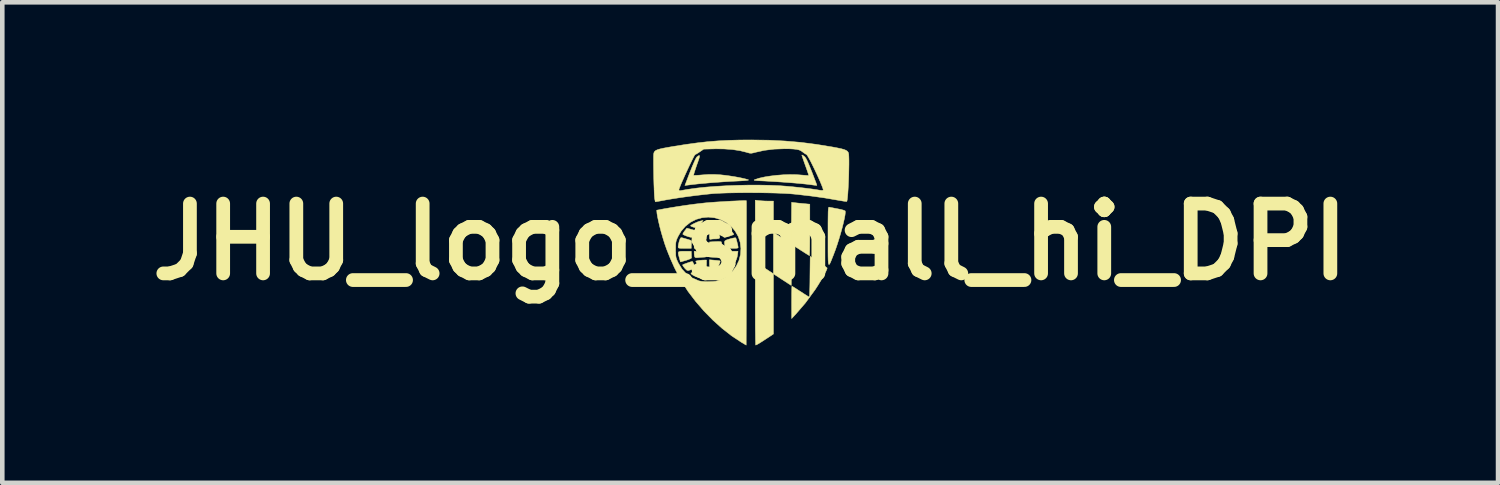
<source format=kicad_pcb>
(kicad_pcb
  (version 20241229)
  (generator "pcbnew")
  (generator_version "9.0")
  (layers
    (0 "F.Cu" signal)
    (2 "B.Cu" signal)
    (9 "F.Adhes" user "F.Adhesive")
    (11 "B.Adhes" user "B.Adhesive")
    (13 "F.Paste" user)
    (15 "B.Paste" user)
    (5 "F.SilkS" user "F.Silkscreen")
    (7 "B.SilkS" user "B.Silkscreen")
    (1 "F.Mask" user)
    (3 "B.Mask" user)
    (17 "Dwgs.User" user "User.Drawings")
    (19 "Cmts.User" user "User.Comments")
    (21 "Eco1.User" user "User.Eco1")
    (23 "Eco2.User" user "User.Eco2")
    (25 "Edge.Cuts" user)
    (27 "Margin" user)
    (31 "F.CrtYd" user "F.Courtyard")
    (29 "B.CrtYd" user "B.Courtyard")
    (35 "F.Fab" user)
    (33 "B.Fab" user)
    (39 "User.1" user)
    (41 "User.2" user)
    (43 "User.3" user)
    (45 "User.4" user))
  (footprint "JHU_logo_small_hi_DPI"
    (layer "F.Cu")
    (at 13.324 2.228)
    (property "Reference" "JHU_logo_small_hi_DPI" (at 0 0 0) (layer "F.SilkS") (effects (font (size 1.524 1.524) (thickness 0.3))))
    (attr through_hole)
    (fp_poly (pts (xy -1.076 -0.004) (xy -0.953 0.004) (xy -0.953 0.143) (xy -1.222 0.143) (xy -1.222 0.083) (xy -1.22 0.038) (xy -1.21 0.01) (xy -1.186 -0.004) (xy -1.142 -0.007) (xy -1.076 -0.004)) (stroke (width 0.01) (type solid)) (fill yes) (layer "F.SilkS"))
    (fp_poly (pts (xy -0.953 -0.286) (xy -1.016 -0.286) (xy -1.056 -0.288) (xy -1.077 -0.295) (xy -1.079 -0.298) (xy -1.069 -0.315) (xy -1.043 -0.348) (xy -1.015 -0.381) (xy -0.953 -0.452) (xy -0.953 -0.286)) (stroke (width 0.01) (type solid)) (fill yes) (layer "F.SilkS"))
    (fp_poly (pts (xy 0.194 -0.899) (xy 0.255 -0.894) (xy 0.33 -0.89) (xy 0.393 -0.889) (xy 0.508 -0.889) (xy 0.508 -0.208) (xy 0.31 -0.337) (xy 0.111 -0.466) (xy 0.111 -0.909) (xy 0.194 -0.899)) (stroke (width 0.01) (type solid)) (fill yes) (layer "F.SilkS"))
    (fp_poly (pts (xy -0.825 -0.381) (xy -0.791 -0.341) (xy -0.769 -0.31) (xy -0.762 -0.298) (xy -0.776 -0.29) (xy -0.811 -0.286) (xy -0.826 -0.286) (xy -0.889 -0.286) (xy -0.888 -0.369) (xy -0.888 -0.452) (xy -0.825 -0.381)) (stroke (width 0.01) (type solid)) (fill yes) (layer "F.SilkS"))
    (fp_poly (pts (xy -0.795 0.623) (xy -0.771 0.633) (xy -0.77 0.635) (xy -0.775 0.654) (xy -0.797 0.687) (xy -0.824 0.718) (xy -0.888 0.786) (xy -0.889 0.702) (xy -0.889 0.619) (xy -0.834 0.619) (xy -0.795 0.623)) (stroke (width 0.01) (type solid)) (fill yes) (layer "F.SilkS"))
    (fp_poly (pts (xy -0.66 -0.005) (xy -0.635 -0.002) (xy -0.633 -0.001) (xy -0.625 0.019) (xy -0.616 0.058) (xy -0.613 0.075) (xy -0.603 0.143) (xy -0.889 0.143) (xy -0.889 0.003) (xy -0.766 -0.004) (xy -0.706 -0.006) (xy -0.66 -0.005)) (stroke (width 0.01) (type solid)) (fill yes) (layer "F.SilkS"))
    (fp_poly (pts (xy -0.59 0.662) (xy -0.564 0.673) (xy -0.516 0.693) (xy -0.619 0.741) (xy -0.678 0.767) (xy -0.731 0.789) (xy -0.767 0.8) (xy -0.797 0.806) (xy -0.802 0.799) (xy -0.791 0.782) (xy -0.741 0.716) (xy -0.702 0.674) (xy -0.668 0.653) (xy -0.633 0.65) (xy -0.59 0.662)) (stroke (width 0.01) (type solid)) (fill yes) (layer "F.SilkS"))
    (fp_poly (pts (xy -0.97 0.621) (xy -0.957 0.633) (xy -0.953 0.662) (xy -0.953 0.699) (xy -0.954 0.744) (xy -0.957 0.773) (xy -0.959 0.778) (xy -0.972 0.767) (xy -0.999 0.738) (xy -1.023 0.711) (xy -1.056 0.667) (xy -1.063 0.639) (xy -1.044 0.624) (xy -0.996 0.619) (xy -0.996 0.619) (xy -0.97 0.621)) (stroke (width 0.01) (type solid)) (fill yes) (layer "F.SilkS"))
    (fp_poly (pts (xy -0.762 -0.455) (xy -0.716 -0.442) (xy -0.663 -0.422) (xy -0.611 -0.399) (xy -0.568 -0.376) (xy -0.543 -0.358) (xy -0.54 -0.352) (xy -0.553 -0.338) (xy -0.583 -0.326) (xy -0.625 -0.316) (xy -0.652 -0.309) (xy -0.678 -0.317) (xy -0.717 -0.35) (xy -0.747 -0.383) (xy -0.816 -0.466) (xy -0.762 -0.455)) (stroke (width 0.01) (type solid)) (fill yes) (layer "F.SilkS"))
    (fp_poly (pts (xy -1.089 -0.384) (xy -1.125 -0.339) (xy -1.151 -0.315) (xy -1.177 -0.307) (xy -1.212 -0.313) (xy -1.242 -0.321) (xy -1.28 -0.334) (xy -1.301 -0.347) (xy -1.302 -0.35) (xy -1.288 -0.364) (xy -1.253 -0.385) (xy -1.205 -0.409) (xy -1.153 -0.432) (xy -1.104 -0.449) (xy -1.081 -0.455) (xy -1.028 -0.465) (xy -1.089 -0.384)) (stroke (width 0.01) (type solid)) (fill yes) (layer "F.SilkS"))
    (fp_poly (pts (xy -0.953 0.27) (xy -0.955 0.311) (xy -0.965 0.329) (xy -0.989 0.333) (xy -0.996 0.334) (xy -1.038 0.336) (xy -1.094 0.34) (xy -1.121 0.343) (xy -1.17 0.347) (xy -1.197 0.343) (xy -1.211 0.329) (xy -1.212 0.326) (xy -1.22 0.29) (xy -1.222 0.253) (xy -1.222 0.206) (xy -0.953 0.206) (xy -0.953 0.27)) (stroke (width 0.01) (type solid)) (fill yes) (layer "F.SilkS"))
    (fp_poly (pts (xy -1.283 0.27) (xy -1.282 0.315) (xy -1.28 0.347) (xy -1.28 0.351) (xy -1.293 0.363) (xy -1.33 0.38) (xy -1.383 0.399) (xy -1.4 0.404) (xy -1.521 0.439) (xy -1.547 0.349) (xy -1.564 0.284) (xy -1.571 0.242) (xy -1.561 0.219) (xy -1.531 0.209) (xy -1.477 0.206) (xy -1.429 0.206) (xy -1.286 0.206) (xy -1.283 0.27)) (stroke (width 0.01) (type solid)) (fill yes) (layer "F.SilkS"))
    (fp_poly (pts (xy -0.676 0.207) (xy -0.634 0.21) (xy -0.613 0.215) (xy -0.608 0.225) (xy -0.609 0.231) (xy -0.617 0.266) (xy -0.619 0.303) (xy -0.619 0.323) (xy -0.622 0.337) (xy -0.634 0.344) (xy -0.66 0.346) (xy -0.706 0.344) (xy -0.775 0.34) (xy -0.806 0.338) (xy -0.889 0.332) (xy -0.889 0.206) (xy -0.744 0.206) (xy -0.676 0.207)) (stroke (width 0.01) (type solid)) (fill yes) (layer "F.SilkS"))
    (fp_poly (pts (xy -0.953 0.476) (xy -0.955 0.525) (xy -0.962 0.549) (xy -0.978 0.556) (xy -0.98 0.556) (xy -1.015 0.558) (xy -1.061 0.565) (xy -1.065 0.565) (xy -1.099 0.569) (xy -1.12 0.562) (xy -1.137 0.538) (xy -1.155 0.498) (xy -1.189 0.421) (xy -1.146 0.411) (xy -1.103 0.404) (xy -1.048 0.4) (xy -1.028 0.399) (xy -0.953 0.397) (xy -0.953 0.476)) (stroke (width 0.01) (type solid)) (fill yes) (layer "F.SilkS"))
    (fp_poly (pts (xy -0.776 0.402) (xy -0.719 0.407) (xy -0.677 0.413) (xy -0.656 0.418) (xy -0.656 0.419) (xy -0.657 0.436) (xy -0.669 0.472) (xy -0.68 0.499) (xy -0.698 0.537) (xy -0.716 0.559) (xy -0.741 0.568) (xy -0.783 0.566) (xy -0.837 0.56) (xy -0.868 0.555) (xy -0.883 0.542) (xy -0.888 0.514) (xy -0.889 0.473) (xy -0.889 0.392) (xy -0.776 0.402)) (stroke (width 0.01) (type solid)) (fill yes) (layer "F.SilkS"))
    (fp_poly (pts (xy -0.402 0.206) (xy -0.266 0.206) (xy -0.274 0.274) (xy -0.284 0.33) (xy -0.3 0.382) (xy -0.304 0.39) (xy -0.325 0.439) (xy -0.446 0.401) (xy -0.506 0.381) (xy -0.541 0.367) (xy -0.558 0.353) (xy -0.562 0.335) (xy -0.56 0.32) (xy -0.552 0.266) (xy -0.543 0.232) (xy -0.526 0.215) (xy -0.494 0.207) (xy -0.441 0.206) (xy -0.402 0.206)) (stroke (width 0.01) (type solid)) (fill yes) (layer "F.SilkS"))
    (fp_poly (pts (xy -1.29 -0.273) (xy -1.241 -0.259) (xy -1.206 -0.249) (xy -1.194 -0.246) (xy -1.198 -0.231) (xy -1.211 -0.197) (xy -1.223 -0.169) (xy -1.244 -0.126) (xy -1.267 -0.104) (xy -1.298 -0.099) (xy -1.345 -0.111) (xy -1.384 -0.124) (xy -1.429 -0.142) (xy -1.461 -0.157) (xy -1.469 -0.162) (xy -1.467 -0.18) (xy -1.448 -0.212) (xy -1.431 -0.235) (xy -1.382 -0.298) (xy -1.29 -0.273)) (stroke (width 0.01) (type solid)) (fill yes) (layer "F.SilkS"))
    (fp_poly (pts (xy -0.473 0.458) (xy -0.415 0.475) (xy -0.38 0.487) (xy -0.362 0.496) (xy -0.358 0.505) (xy -0.363 0.515) (xy -0.367 0.521) (xy -0.399 0.56) (xy -0.433 0.597) (xy -0.461 0.624) (xy -0.475 0.633) (xy -0.494 0.628) (xy -0.534 0.617) (xy -0.565 0.608) (xy -0.647 0.584) (xy -0.614 0.506) (xy -0.589 0.456) (xy -0.567 0.436) (xy -0.556 0.435) (xy -0.473 0.458)) (stroke (width 0.01) (type solid)) (fill yes) (layer "F.SilkS"))
    (fp_poly (pts (xy -1.153 0.66) (xy -1.128 0.679) (xy -1.094 0.716) (xy -1.083 0.729) (xy -1.05 0.769) (xy -1.03 0.798) (xy -1.027 0.809) (xy -1.027 0.809) (xy -1.048 0.804) (xy -1.089 0.792) (xy -1.127 0.78) (xy -1.193 0.756) (xy -1.246 0.73) (xy -1.281 0.706) (xy -1.293 0.687) (xy -1.291 0.681) (xy -1.268 0.671) (xy -1.227 0.661) (xy -1.214 0.659) (xy -1.179 0.655) (xy -1.153 0.66)) (stroke (width 0.01) (type solid)) (fill yes) (layer "F.SilkS"))
    (fp_poly (pts (xy -1.1 -0.231) (xy -1.07 -0.225) (xy -1.024 -0.222) (xy -1.015 -0.222) (xy -0.953 -0.222) (xy -0.953 -0.135) (xy -0.954 -0.088) (xy -0.959 -0.057) (xy -0.964 -0.05) (xy -0.985 -0.053) (xy -1.028 -0.058) (xy -1.076 -0.063) (xy -1.128 -0.07) (xy -1.167 -0.077) (xy -1.182 -0.081) (xy -1.18 -0.098) (xy -1.167 -0.134) (xy -1.155 -0.164) (xy -1.13 -0.212) (xy -1.108 -0.232) (xy -1.1 -0.231)) (stroke (width 0.01) (type solid)) (fill yes) (layer "F.SilkS"))
    (fp_poly (pts (xy -0.72 -0.229) (xy -0.7 -0.203) (xy -0.682 -0.166) (xy -0.664 -0.116) (xy -0.665 -0.085) (xy -0.687 -0.07) (xy -0.737 -0.064) (xy -0.765 -0.064) (xy -0.815 -0.062) (xy -0.854 -0.057) (xy -0.864 -0.054) (xy -0.878 -0.053) (xy -0.886 -0.069) (xy -0.889 -0.108) (xy -0.889 -0.133) (xy -0.889 -0.222) (xy -0.827 -0.222) (xy -0.78 -0.225) (xy -0.744 -0.23) (xy -0.74 -0.232) (xy -0.72 -0.229)) (stroke (width 0.01) (type solid)) (fill yes) (layer "F.SilkS"))
    (fp_poly (pts (xy -0.409 -0.236) (xy -0.38 -0.198) (xy -0.361 -0.17) (xy -0.357 -0.162) (xy -0.371 -0.154) (xy -0.406 -0.14) (xy -0.452 -0.124) (xy -0.501 -0.11) (xy -0.542 -0.099) (xy -0.564 -0.095) (xy -0.58 -0.108) (xy -0.603 -0.142) (xy -0.616 -0.167) (xy -0.639 -0.215) (xy -0.648 -0.241) (xy -0.644 -0.252) (xy -0.628 -0.254) (xy -0.621 -0.254) (xy -0.588 -0.259) (xy -0.541 -0.272) (xy -0.526 -0.277) (xy -0.461 -0.3) (xy -0.409 -0.236)) (stroke (width 0.01) (type solid)) (fill yes) (layer "F.SilkS"))
    (fp_poly (pts (xy -1.495 -0.091) (xy -1.466 -0.083) (xy -1.418 -0.069) (xy -1.368 -0.055) (xy -1.314 -0.038) (xy -1.285 -0.024) (xy -1.275 -0.01) (xy -1.277 0.007) (xy -1.283 0.047) (xy -1.286 0.091) (xy -1.286 0.143) (xy -1.429 0.143) (xy -1.496 0.142) (xy -1.538 0.14) (xy -1.561 0.135) (xy -1.57 0.124) (xy -1.572 0.107) (xy -1.572 0.106) (xy -1.567 0.07) (xy -1.556 0.018) (xy -1.547 -0.015) (xy -1.53 -0.064) (xy -1.514 -0.088) (xy -1.496 -0.091) (xy -1.495 -0.091)) (stroke (width 0.01) (type solid)) (fill yes) (layer "F.SilkS"))
    (fp_poly (pts (xy -0.318 -0.088) (xy -0.306 -0.066) (xy -0.291 -0.012) (xy -0.271 0.072) (xy -0.263 0.115) (xy -0.263 0.128) (xy -0.275 0.137) (xy -0.304 0.141) (xy -0.355 0.143) (xy -0.398 0.143) (xy -0.465 0.142) (xy -0.508 0.14) (xy -0.531 0.134) (xy -0.542 0.122) (xy -0.547 0.107) (xy -0.559 0.043) (xy -0.561 0.002) (xy -0.548 -0.023) (xy -0.515 -0.041) (xy -0.458 -0.059) (xy -0.448 -0.062) (xy -0.391 -0.077) (xy -0.345 -0.086) (xy -0.32 -0.088) (xy -0.318 -0.088)) (stroke (width 0.01) (type solid)) (fill yes) (layer "F.SilkS"))
    (fp_poly (pts (xy -1.253 0.441) (xy -1.237 0.473) (xy -1.218 0.513) (xy -1.201 0.55) (xy -1.192 0.576) (xy -1.191 0.58) (xy -1.204 0.585) (xy -1.239 0.596) (xy -1.26 0.601) (xy -1.308 0.614) (xy -1.345 0.625) (xy -1.353 0.628) (xy -1.38 0.622) (xy -1.416 0.589) (xy -1.427 0.577) (xy -1.456 0.54) (xy -1.474 0.512) (xy -1.476 0.505) (xy -1.463 0.496) (xy -1.428 0.482) (xy -1.381 0.465) (xy -1.332 0.448) (xy -1.29 0.435) (xy -1.263 0.429) (xy -1.261 0.429) (xy -1.253 0.441)) (stroke (width 0.01) (type solid)) (fill yes) (layer "F.SilkS"))
    (fp_poly (pts (xy 0.131 0.455) (xy 0.151 0.467) (xy 0.192 0.494) (xy 0.249 0.53) (xy 0.315 0.573) (xy 0.329 0.582) (xy 0.508 0.698) (xy 0.508 2.012) (xy 0.377 2.099) (xy 0.278 2.164) (xy 0.202 2.212) (xy 0.15 2.242) (xy 0.123 2.254) (xy 0.121 2.254) (xy 0.119 2.239) (xy 0.118 2.195) (xy 0.116 2.124) (xy 0.115 2.03) (xy 0.113 1.916) (xy 0.112 1.784) (xy 0.112 1.637) (xy 0.111 1.478) (xy 0.111 1.348) (xy 0.111 1.15) (xy 0.112 0.98) (xy 0.112 0.839) (xy 0.114 0.723) (xy 0.115 0.631) (xy 0.117 0.56) (xy 0.12 0.51) (xy 0.123 0.476) (xy 0.126 0.459) (xy 0.131 0.454) (xy 0.131 0.455)) (stroke (width 0.01) (type solid)) (fill yes) (layer "F.SilkS"))
    (fp_poly (pts (xy 0.988 -0.852) (xy 1.049 -0.845) (xy 1.124 -0.838) (xy 1.187 -0.832) (xy 1.302 -0.821) (xy 1.302 -0.26) (xy 1.302 -0.13) (xy 1.301 -0.01) (xy 1.3 0.095) (xy 1.299 0.182) (xy 1.297 0.248) (xy 1.296 0.289) (xy 1.294 0.302) (xy 1.279 0.293) (xy 1.242 0.271) (xy 1.188 0.237) (xy 1.124 0.196) (xy 1.103 0.183) (xy 1.036 0.139) (xy 0.979 0.103) (xy 0.936 0.077) (xy 0.914 0.064) (xy 0.912 0.064) (xy 0.91 0.079) (xy 0.908 0.122) (xy 0.906 0.188) (xy 0.904 0.275) (xy 0.903 0.377) (xy 0.901 0.49) (xy 0.901 0.508) (xy 0.897 0.953) (xy 0.702 0.826) (xy 0.508 0.7) (xy 0.508 -0.206) (xy 0.702 -0.08) (xy 0.897 0.046) (xy 0.901 -0.408) (xy 0.905 -0.862) (xy 0.988 -0.852)) (stroke (width 0.01) (type solid)) (fill yes) (layer "F.SilkS"))
    (fp_poly (pts (xy 1.492 0.438) (xy 1.559 0.482) (xy 1.616 0.521) (xy 1.657 0.552) (xy 1.679 0.57) (xy 1.68 0.572) (xy 1.675 0.595) (xy 1.656 0.639) (xy 1.625 0.701) (xy 1.584 0.775) (xy 1.536 0.857) (xy 1.484 0.942) (xy 1.43 1.026) (xy 1.421 1.04) (xy 1.206 1.334) (xy 1.001 1.572) (xy 0.906 1.675) (xy 0.905 1.322) (xy 0.906 1.22) (xy 0.906 1.129) (xy 0.908 1.055) (xy 0.909 1.001) (xy 0.911 0.972) (xy 0.912 0.968) (xy 0.928 0.977) (xy 0.964 0.999) (xy 1.017 1.033) (xy 1.081 1.075) (xy 1.101 1.087) (xy 1.168 1.131) (xy 1.225 1.167) (xy 1.267 1.193) (xy 1.29 1.206) (xy 1.292 1.206) (xy 1.294 1.191) (xy 1.297 1.148) (xy 1.299 1.082) (xy 1.302 0.995) (xy 1.304 0.893) (xy 1.305 0.78) (xy 1.305 0.763) (xy 1.31 0.319) (xy 1.492 0.438)) (stroke (width 0.01) (type solid)) (fill yes) (layer "F.SilkS"))
    (fp_poly (pts (xy 1.726 -0.756) (xy 1.753 -0.75) (xy 1.803 -0.741) (xy 1.868 -0.728) (xy 1.911 -0.72) (xy 1.981 -0.706) (xy 2.036 -0.691) (xy 2.069 -0.677) (xy 2.075 -0.672) (xy 2.077 -0.639) (xy 2.07 -0.58) (xy 2.055 -0.501) (xy 2.033 -0.405) (xy 2.006 -0.298) (xy 1.974 -0.182) (xy 1.939 -0.064) (xy 1.902 0.052) (xy 1.865 0.162) (xy 1.827 0.262) (xy 1.825 0.269) (xy 1.794 0.346) (xy 1.769 0.409) (xy 1.749 0.456) (xy 1.733 0.486) (xy 1.721 0.497) (xy 1.712 0.487) (xy 1.706 0.455) (xy 1.702 0.399) (xy 1.7 0.318) (xy 1.699 0.21) (xy 1.699 0.074) (xy 1.699 -0.093) (xy 1.699 -0.108) (xy 1.699 -0.27) (xy 1.699 -0.403) (xy 1.7 -0.509) (xy 1.701 -0.592) (xy 1.702 -0.655) (xy 1.705 -0.7) (xy 1.708 -0.729) (xy 1.712 -0.747) (xy 1.717 -0.755) (xy 1.723 -0.757) (xy 1.726 -0.756)) (stroke (width 0.01) (type solid)) (fill yes) (layer "F.SilkS"))
    (fp_poly (pts (xy -1.105 -1.878) (xy -1.107 -1.852) (xy -1.121 -1.804) (xy -1.146 -1.731) (xy -1.164 -1.682) (xy -1.191 -1.603) (xy -1.213 -1.536) (xy -1.228 -1.485) (xy -1.235 -1.456) (xy -1.235 -1.452) (xy -1.217 -1.45) (xy -1.174 -1.451) (xy -1.112 -1.455) (xy -1.038 -1.461) (xy -1.036 -1.461) (xy -0.905 -1.47) (xy -0.778 -1.47) (xy -0.638 -1.462) (xy -0.633 -1.461) (xy -0.549 -1.452) (xy -0.454 -1.439) (xy -0.356 -1.424) (xy -0.26 -1.407) (xy -0.173 -1.389) (xy -0.101 -1.372) (xy -0.05 -1.357) (xy -0.034 -1.35) (xy -0.041 -1.346) (xy -0.076 -1.34) (xy -0.133 -1.335) (xy -0.207 -1.33) (xy -0.264 -1.327) (xy -0.398 -1.321) (xy -0.546 -1.312) (xy -0.7 -1.301) (xy -0.854 -1.29) (xy -0.999 -1.277) (xy -1.13 -1.265) (xy -1.239 -1.253) (xy -1.272 -1.249) (xy -1.425 -1.23) (xy -1.388 -1.325) (xy -1.326 -1.489) (xy -1.273 -1.622) (xy -1.229 -1.725) (xy -1.196 -1.798) (xy -1.172 -1.841) (xy -1.163 -1.852) (xy -1.133 -1.875) (xy -1.113 -1.884) (xy -1.105 -1.878)) (stroke (width 0.01) (type solid)) (fill yes) (layer "F.SilkS"))
    (fp_poly (pts (xy 1.138 -1.894) (xy 1.165 -1.877) (xy 1.177 -1.868) (xy 1.197 -1.849) (xy 1.217 -1.821) (xy 1.239 -1.78) (xy 1.266 -1.722) (xy 1.299 -1.643) (xy 1.341 -1.538) (xy 1.344 -1.531) (xy 1.379 -1.44) (xy 1.409 -1.361) (xy 1.434 -1.297) (xy 1.45 -1.252) (xy 1.456 -1.231) (xy 1.456 -1.231) (xy 1.44 -1.232) (xy 1.4 -1.236) (xy 1.342 -1.244) (xy 1.31 -1.248) (xy 1.224 -1.259) (xy 1.113 -1.27) (xy 0.984 -1.282) (xy 0.842 -1.293) (xy 0.694 -1.304) (xy 0.548 -1.314) (xy 0.408 -1.322) (xy 0.302 -1.328) (xy 0.209 -1.332) (xy 0.145 -1.336) (xy 0.106 -1.34) (xy 0.088 -1.344) (xy 0.087 -1.35) (xy 0.101 -1.357) (xy 0.105 -1.359) (xy 0.193 -1.388) (xy 0.306 -1.414) (xy 0.436 -1.435) (xy 0.578 -1.452) (xy 0.723 -1.463) (xy 0.866 -1.468) (xy 0.999 -1.466) (xy 1.077 -1.461) (xy 1.152 -1.455) (xy 1.215 -1.45) (xy 1.259 -1.447) (xy 1.278 -1.448) (xy 1.278 -1.448) (xy 1.275 -1.463) (xy 1.262 -1.504) (xy 1.242 -1.563) (xy 1.216 -1.635) (xy 1.205 -1.666) (xy 1.177 -1.744) (xy 1.154 -1.811) (xy 1.137 -1.861) (xy 1.128 -1.89) (xy 1.127 -1.894) (xy 1.138 -1.894)) (stroke (width 0.01) (type solid)) (fill yes) (layer "F.SilkS"))
    (fp_poly (pts (xy -0.084 -0.898) (xy -0.083 -0.898) (xy -0.083 -0.882) (xy -0.082 -0.836) (xy -0.082 -0.763) (xy -0.082 -0.665) (xy -0.082 -0.543) (xy -0.082 -0.4) (xy -0.082 -0.239) (xy -0.082 -0.06) (xy -0.082 0.133) (xy -0.082 0.338) (xy -0.083 0.554) (xy -0.083 0.681) (xy -0.087 2.255) (xy -0.198 2.189) (xy -0.404 2.053) (xy -0.611 1.891) (xy -0.815 1.708) (xy -1.01 1.509) (xy -1.191 1.299) (xy -1.354 1.085) (xy -1.474 0.901) (xy -1.565 0.74) (xy -1.656 0.558) (xy -1.741 0.367) (xy -1.817 0.178) (xy -1.822 0.166) (xy -1.627 0.166) (xy -1.627 0.244) (xy -1.624 0.301) (xy -1.617 0.345) (xy -1.604 0.386) (xy -1.582 0.435) (xy -1.568 0.465) (xy -1.489 0.595) (xy -1.389 0.703) (xy -1.265 0.788) (xy -1.119 0.852) (xy -1.119 0.852) (xy -1.061 0.863) (xy -0.976 0.869) (xy -0.889 0.868) (xy -0.81 0.865) (xy -0.753 0.86) (xy -0.707 0.85) (xy -0.661 0.833) (xy -0.611 0.81) (xy -0.486 0.734) (xy -0.383 0.639) (xy -0.302 0.528) (xy -0.244 0.407) (xy -0.211 0.277) (xy -0.202 0.145) (xy -0.218 0.012) (xy -0.26 -0.116) (xy -0.329 -0.236) (xy -0.403 -0.323) (xy -0.519 -0.418) (xy -0.646 -0.485) (xy -0.779 -0.525) (xy -0.915 -0.539) (xy -1.05 -0.526) (xy -1.181 -0.489) (xy -1.303 -0.427) (xy -1.413 -0.341) (xy -1.508 -0.231) (xy -1.568 -0.129) (xy -1.594 -0.075) (xy -1.611 -0.033) (xy -1.621 0.008) (xy -1.626 0.056) (xy -1.627 0.121) (xy -1.627 0.166) (xy -1.822 0.166) (xy -1.865 0.044) (xy -1.903 -0.078) (xy -1.94 -0.205) (xy -1.973 -0.329) (xy -2 -0.444) (xy -2.021 -0.543) (xy -2.034 -0.62) (xy -2.035 -0.635) (xy -2.04 -0.69) (xy -1.897 -0.717) (xy -1.746 -0.743) (xy -1.575 -0.771) (xy -1.395 -0.798) (xy -1.218 -0.822) (xy -1.055 -0.841) (xy -0.984 -0.849) (xy -0.915 -0.855) (xy -0.83 -0.862) (xy -0.732 -0.869) (xy -0.627 -0.875) (xy -0.519 -0.882) (xy -0.413 -0.888) (xy -0.314 -0.892) (xy -0.227 -0.896) (xy -0.157 -0.899) (xy -0.108 -0.899) (xy -0.084 -0.898)) (stroke (width 0.01) (type solid)) (fill yes) (layer "F.SilkS"))
    (fp_poly (pts (xy 0.406 -2.218) (xy 0.76 -2.2) (xy 1.103 -2.171) (xy 1.444 -2.127) (xy 1.794 -2.07) (xy 1.794 -2.07) (xy 1.906 -2.049) (xy 1.99 -2.031) (xy 2.051 -2.014) (xy 2.094 -1.996) (xy 2.122 -1.977) (xy 2.139 -1.954) (xy 2.145 -1.941) (xy 2.151 -1.911) (xy 2.154 -1.854) (xy 2.156 -1.777) (xy 2.156 -1.683) (xy 2.154 -1.578) (xy 2.152 -1.465) (xy 2.148 -1.351) (xy 2.143 -1.239) (xy 2.137 -1.135) (xy 2.131 -1.042) (xy 2.124 -0.966) (xy 2.117 -0.911) (xy 2.11 -0.883) (xy 2.108 -0.881) (xy 2.091 -0.881) (xy 2.049 -0.886) (xy 1.987 -0.896) (xy 1.912 -0.909) (xy 1.894 -0.912) (xy 1.626 -0.958) (xy 1.333 -0.999) (xy 1.022 -1.035) (xy 0.953 -1.042) (xy 0.847 -1.051) (xy 0.716 -1.058) (xy 0.564 -1.064) (xy 0.396 -1.068) (xy 0.218 -1.071) (xy 0.036 -1.072) (xy -0.146 -1.072) (xy -0.321 -1.07) (xy -0.485 -1.067) (xy -0.632 -1.062) (xy -0.756 -1.056) (xy -0.826 -1.051) (xy -0.989 -1.034) (xy -1.17 -1.013) (xy -1.357 -0.989) (xy -1.542 -0.963) (xy -1.713 -0.936) (xy -1.848 -0.913) (xy -1.927 -0.898) (xy -1.993 -0.886) (xy -2.042 -0.878) (xy -2.067 -0.873) (xy -2.069 -0.873) (xy -2.074 -0.887) (xy -2.081 -0.924) (xy -2.086 -0.956) (xy -2.09 -1.003) (xy -2.094 -1.074) (xy -2.096 -1.137) (xy -1.556 -1.137) (xy -1.549 -1.116) (xy -1.522 -1.116) (xy -1.52 -1.117) (xy -1.489 -1.123) (xy -1.436 -1.132) (xy -1.369 -1.144) (xy -1.333 -1.149) (xy -1.16 -1.173) (xy -0.961 -1.194) (xy -0.742 -1.211) (xy -0.511 -1.224) (xy -0.273 -1.233) (xy -0.033 -1.238) (xy 0.2 -1.238) (xy 0.423 -1.234) (xy 0.627 -1.225) (xy 0.651 -1.224) (xy 0.785 -1.214) (xy 0.928 -1.201) (xy 1.073 -1.186) (xy 1.212 -1.17) (xy 1.339 -1.154) (xy 1.446 -1.138) (xy 1.5 -1.129) (xy 1.552 -1.122) (xy 1.587 -1.124) (xy 1.594 -1.128) (xy 1.593 -1.146) (xy 1.579 -1.189) (xy 1.555 -1.25) (xy 1.523 -1.326) (xy 1.485 -1.412) (xy 1.443 -1.503) (xy 1.4 -1.595) (xy 1.357 -1.682) (xy 1.317 -1.762) (xy 1.281 -1.828) (xy 1.253 -1.876) (xy 1.234 -1.902) (xy 1.23 -1.905) (xy 1.197 -1.923) (xy 1.155 -1.953) (xy 1.145 -1.961) (xy 1.11 -1.986) (xy 1.069 -2.005) (xy 1.017 -2.017) (xy 0.949 -2.025) (xy 0.86 -2.03) (xy 0.746 -2.031) (xy 0.523 -2.023) (xy 0.312 -1.997) (xy 0.122 -1.955) (xy 0.064 -1.94) (xy 0.024 -1.933) (xy -0.011 -1.935) (xy -0.054 -1.946) (xy -0.08 -1.954) (xy -0.221 -1.989) (xy -0.386 -2.014) (xy -0.566 -2.027) (xy -0.755 -2.03) (xy -0.773 -2.029) (xy -1.014 -2.023) (xy -1.1 -1.964) (xy -1.146 -1.934) (xy -1.183 -1.912) (xy -1.201 -1.905) (xy -1.212 -1.891) (xy -1.233 -1.853) (xy -1.263 -1.795) (xy -1.299 -1.721) (xy -1.339 -1.637) (xy -1.381 -1.547) (xy -1.423 -1.456) (xy -1.462 -1.368) (xy -1.498 -1.288) (xy -1.526 -1.22) (xy -1.546 -1.169) (xy -1.556 -1.14) (xy -1.556 -1.137) (xy -2.096 -1.137) (xy -2.097 -1.162) (xy -2.101 -1.264) (xy -2.104 -1.374) (xy -2.106 -1.487) (xy -2.108 -1.597) (xy -2.109 -1.7) (xy -2.109 -1.789) (xy -2.109 -1.861) (xy -2.107 -1.909) (xy -2.105 -1.925) (xy -2.098 -1.952) (xy -2.084 -1.974) (xy -2.061 -1.993) (xy -2.024 -2.01) (xy -1.971 -2.026) (xy -1.897 -2.043) (xy -1.799 -2.061) (xy -1.673 -2.083) (xy -1.659 -2.085) (xy -1.399 -2.126) (xy -1.158 -2.159) (xy -0.929 -2.185) (xy -0.702 -2.203) (xy -0.47 -2.215) (xy -0.222 -2.222) (xy 0.032 -2.223) (xy 0.406 -2.218)) (stroke (width 0.01) (type solid)) (fill yes) (layer "F.SilkS")))
  (gr_rect
    (start -3 -3)
    (end 29.648 7.489)
    (stroke (width 0.1) (type default))
    (fill no)
    (layer "Edge.Cuts")))
</source>
